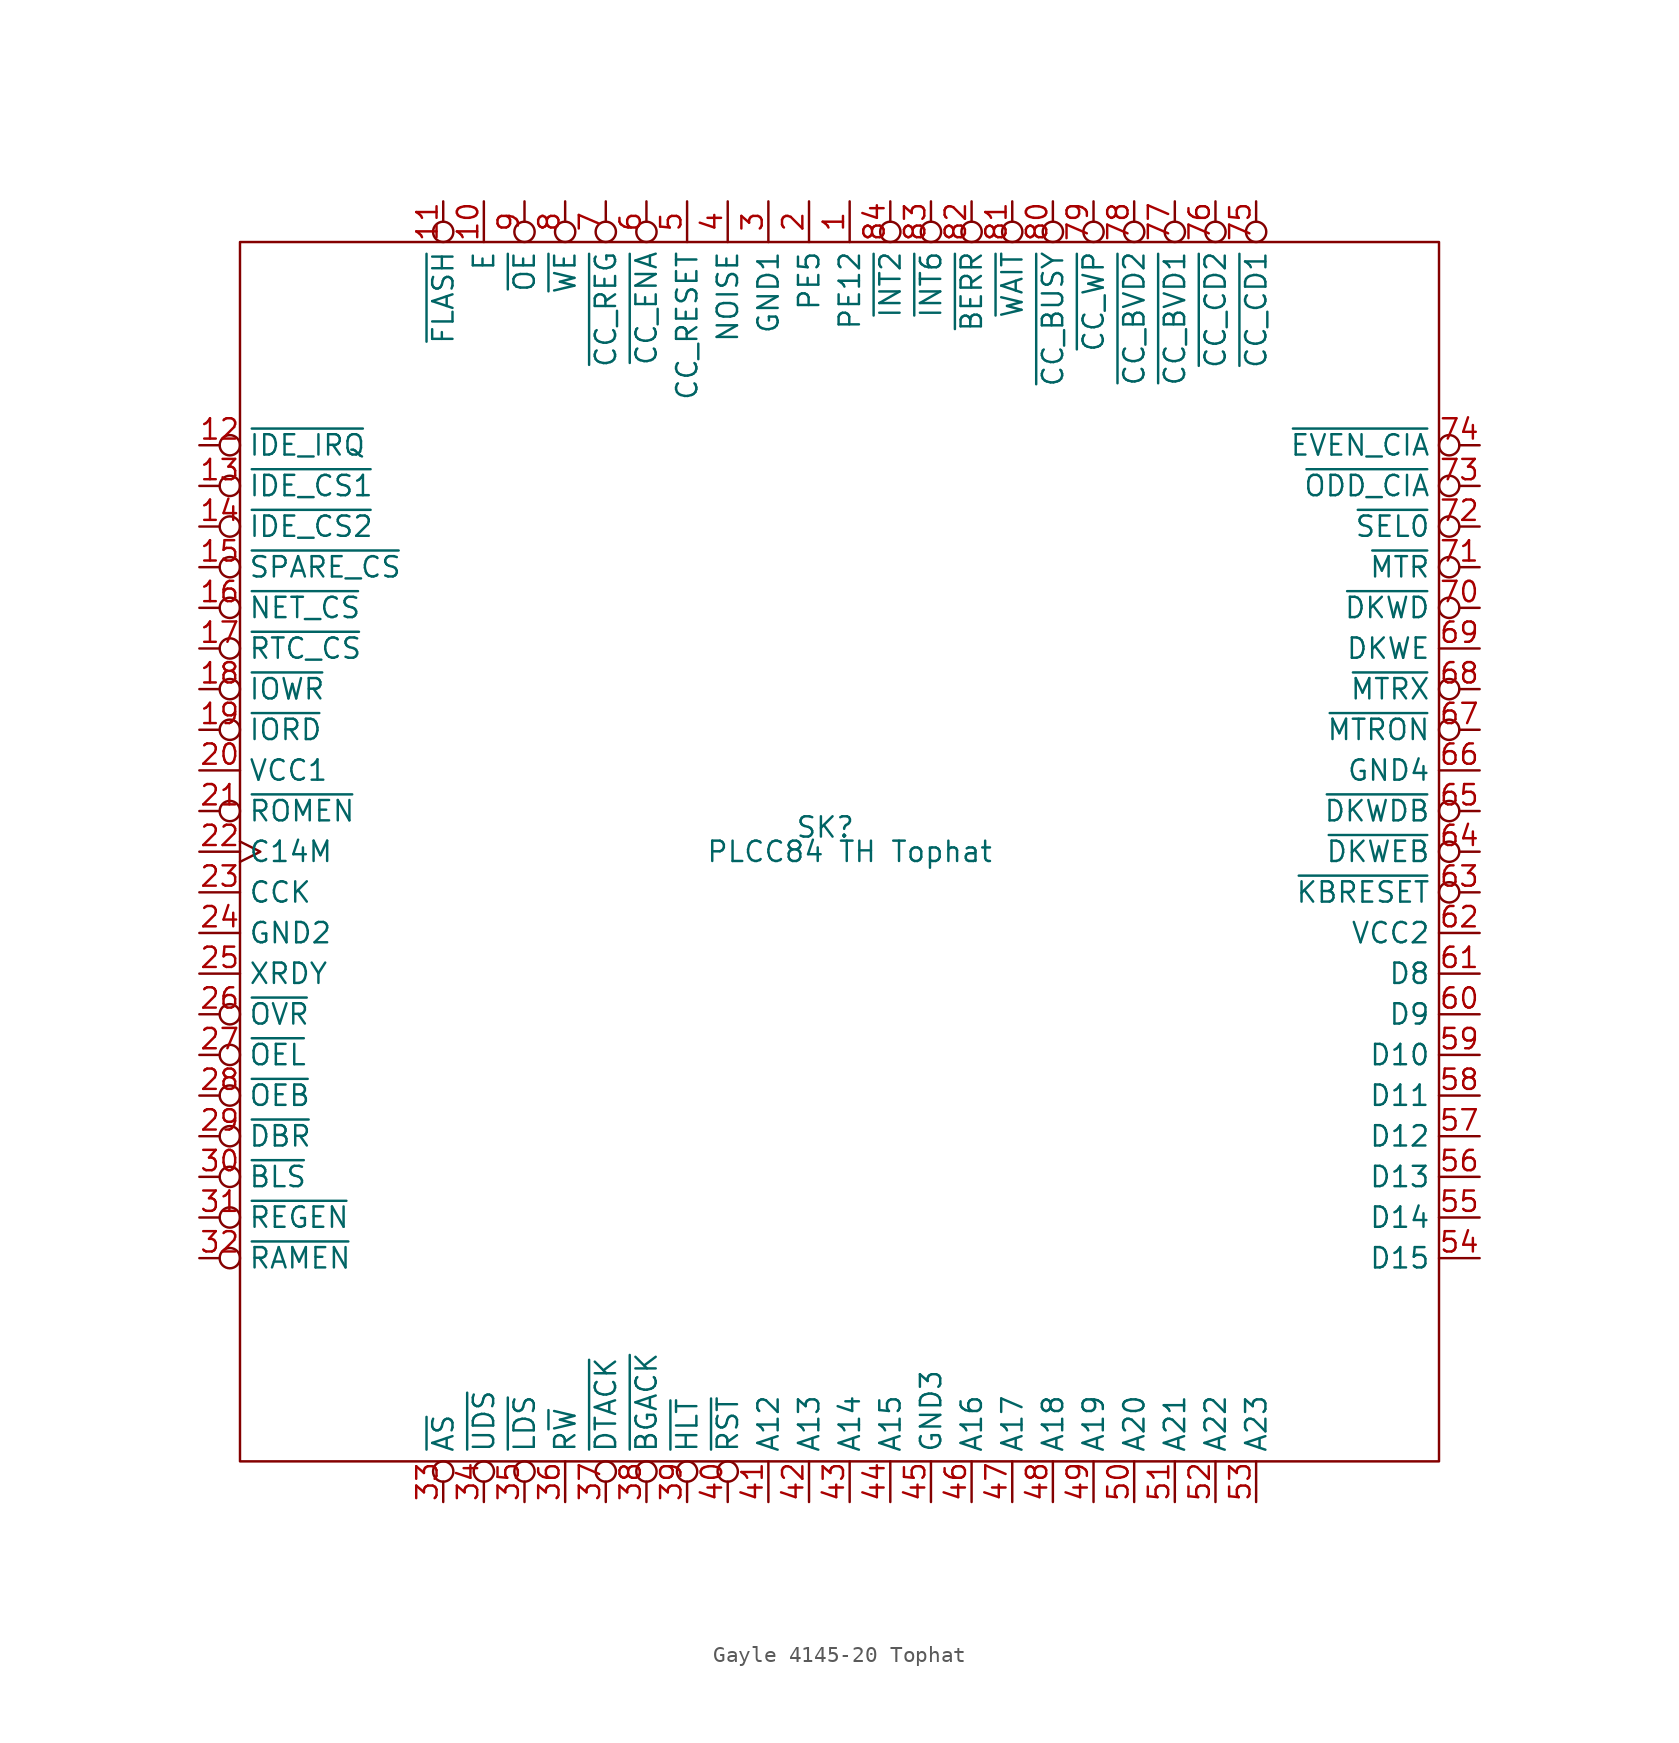
<source format=kicad_sym>
(kicad_symbol_lib
  (version 20241209)
  (generator "kicad_symbol_editor")
  (generator_version "9.0")
  (symbol "Gayle 4145-20 Tophat"
    (property "Reference" "SK"
      (at -1.524 1.524 0)
      (effects (font (size 1.27 1.27))))
    (property "Value" "PLCC84 TH Tophat"
      (at 0 0 0)
      (effects (font (size 1.27 1.27))))
    (symbol "Gayle 4145-20 Tophat_0_1"
      (rectangle (start -38.1 38.1) (end 36.83 -38.1) (stroke (width 0) (type default)) (fill (type none))))
    (symbol "Gayle 4145-20 Tophat_1_1"
      (pin output inverted (at -40.64 25.4 0) (length 2.54) (name "~{IDE_IRQ}" (effects (font (size 1.27 1.27)))) (number "12" (effects (font (size 1.27 1.27)))))
      (pin output inverted (at -40.64 22.86 0) (length 2.54) (name "~{IDE_CS1}" (effects (font (size 1.27 1.27)))) (number "13" (effects (font (size 1.27 1.27)))))
      (pin output inverted (at -40.64 20.32 0) (length 2.54) (name "~{IDE_CS2}" (effects (font (size 1.27 1.27)))) (number "14" (effects (font (size 1.27 1.27)))))
      (pin output inverted (at -40.64 17.78 0) (length 2.54) (name "~{SPARE_CS}" (effects (font (size 1.27 1.27)))) (number "15" (effects (font (size 1.27 1.27)))))
      (pin output inverted (at -40.64 15.24 0) (length 2.54) (name "~{NET_CS}" (effects (font (size 1.27 1.27)))) (number "16" (effects (font (size 1.27 1.27)))))
      (pin output inverted (at -40.64 12.7 0) (length 2.54) (name "~{RTC_CS}" (effects (font (size 1.27 1.27)))) (number "17" (effects (font (size 1.27 1.27)))))
      (pin output inverted (at -40.64 10.16 0) (length 2.54) (name "~{IOWR}" (effects (font (size 1.27 1.27)))) (number "18" (effects (font (size 1.27 1.27)))))
      (pin output inverted (at -40.64 7.62 0) (length 2.54) (name "~{IORD}" (effects (font (size 1.27 1.27)))) (number "19" (effects (font (size 1.27 1.27)))))
      (pin power_out line (at -40.64 5.08 0) (length 2.54) (name "VCC1" (effects (font (size 1.27 1.27)))) (number "20" (effects (font (size 1.27 1.27)))))
      (pin output inverted (at -40.64 2.54 0) (length 2.54) (name "~{ROMEN}" (effects (font (size 1.27 1.27)))) (number "21" (effects (font (size 1.27 1.27)))))
      (pin output clock (at -40.64 0 0) (length 2.54) (name "C14M" (effects (font (size 1.27 1.27)))) (number "22" (effects (font (size 1.27 1.27)))))
      (pin output line (at -40.64 -2.54 0) (length 2.54) (name "CCK" (effects (font (size 1.27 1.27)))) (number "23" (effects (font (size 1.27 1.27)))))
      (pin power_out line (at -40.64 -5.08 0) (length 2.54) (name "GND2" (effects (font (size 1.27 1.27)))) (number "24" (effects (font (size 1.27 1.27)))))
      (pin output line (at -40.64 -7.62 0) (length 2.54) (name "XRDY" (effects (font (size 1.27 1.27)))) (number "25" (effects (font (size 1.27 1.27)))))
      (pin output inverted (at -40.64 -10.16 0) (length 2.54) (name "~{OVR}" (effects (font (size 1.27 1.27)))) (number "26" (effects (font (size 1.27 1.27)))))
      (pin output inverted (at -40.64 -12.7 0) (length 2.54) (name "~{OEL}" (effects (font (size 1.27 1.27)))) (number "27" (effects (font (size 1.27 1.27)))))
      (pin output inverted (at -40.64 -15.24 0) (length 2.54) (name "~{OEB}" (effects (font (size 1.27 1.27)))) (number "28" (effects (font (size 1.27 1.27)))))
      (pin output inverted (at -40.64 -17.78 0) (length 2.54) (name "~{DBR}" (effects (font (size 1.27 1.27)))) (number "29" (effects (font (size 1.27 1.27)))))
      (pin output inverted (at -40.64 -20.32 0) (length 2.54) (name "~{BLS}" (effects (font (size 1.27 1.27)))) (number "30" (effects (font (size 1.27 1.27)))))
      (pin output inverted (at -40.64 -22.86 0) (length 2.54) (name "~{REGEN}" (effects (font (size 1.27 1.27)))) (number "31" (effects (font (size 1.27 1.27)))))
      (pin output inverted (at -40.64 -25.4 0) (length 2.54) (name "~{RAMEN}" (effects (font (size 1.27 1.27)))) (number "32" (effects (font (size 1.27 1.27)))))
      (pin output inverted (at -25.4 40.64 270) (length 2.54) (name "~{FLASH}" (effects (font (size 1.27 1.27)))) (number "11" (effects (font (size 1.27 1.27)))))
      (pin output inverted (at -25.4 -40.64 90) (length 2.54) (name "~{AS}" (effects (font (size 1.27 1.27)))) (number "33" (effects (font (size 1.27 1.27)))))
      (pin output line (at -22.86 40.64 270) (length 2.54) (name "E" (effects (font (size 1.27 1.27)))) (number "10" (effects (font (size 1.27 1.27)))))
      (pin output inverted (at -22.86 -40.64 90) (length 2.54) (name "~{UDS}" (effects (font (size 1.27 1.27)))) (number "34" (effects (font (size 1.27 1.27)))))
      (pin output inverted (at -20.32 40.64 270) (length 2.54) (name "~{OE}" (effects (font (size 1.27 1.27)))) (number "9" (effects (font (size 1.27 1.27)))))
      (pin output inverted (at -20.32 -40.64 90) (length 2.54) (name "~{LDS}" (effects (font (size 1.27 1.27)))) (number "35" (effects (font (size 1.27 1.27)))))
      (pin output inverted (at -17.78 40.64 270) (length 2.54) (name "~{WE}" (effects (font (size 1.27 1.27)))) (number "8" (effects (font (size 1.27 1.27)))))
      (pin output line (at -17.78 -40.64 90) (length 2.54) (name "R~{W}" (effects (font (size 1.27 1.27)))) (number "36" (effects (font (size 1.27 1.27)))))
      (pin output inverted (at -15.24 40.64 270) (length 2.54) (name "~{CC_REG}" (effects (font (size 1.27 1.27)))) (number "7" (effects (font (size 1.27 1.27)))))
      (pin bidirectional inverted (at -15.24 -40.64 90) (length 2.54) (name "~{DTACK}" (effects (font (size 1.27 1.27)))) (number "37" (effects (font (size 1.27 1.27)))))
      (pin output inverted (at -12.7 40.64 270) (length 2.54) (name "~{CC_ENA}" (effects (font (size 1.27 1.27)))) (number "6" (effects (font (size 1.27 1.27)))))
      (pin output inverted (at -12.7 -40.64 90) (length 2.54) (name "~{BGACK}" (effects (font (size 1.27 1.27)))) (number "38" (effects (font (size 1.27 1.27)))))
      (pin output line (at -10.16 40.64 270) (length 2.54) (name "CC_RESET" (effects (font (size 1.27 1.27)))) (number "5" (effects (font (size 1.27 1.27)))))
      (pin output inverted (at -10.16 -40.64 90) (length 2.54) (name "~{HLT}" (effects (font (size 1.27 1.27)))) (number "39" (effects (font (size 1.27 1.27)))))
      (pin output line (at -7.62 40.64 270) (length 2.54) (name "NOISE" (effects (font (size 1.27 1.27)))) (number "4" (effects (font (size 1.27 1.27)))))
      (pin output inverted (at -7.62 -40.64 90) (length 2.54) (name "~{RST}" (effects (font (size 1.27 1.27)))) (number "40" (effects (font (size 1.27 1.27)))))
      (pin power_out line (at -5.08 40.64 270) (length 2.54) (name "GND1" (effects (font (size 1.27 1.27)))) (number "3" (effects (font (size 1.27 1.27)))))
      (pin output line (at -5.08 -40.64 90) (length 2.54) (name "A12" (effects (font (size 1.27 1.27)))) (number "41" (effects (font (size 1.27 1.27)))))
      (pin output line (at -2.54 40.64 270) (length 2.54) (name "PE5" (effects (font (size 1.27 1.27)))) (number "2" (effects (font (size 1.27 1.27)))))
      (pin output line (at -2.54 -40.64 90) (length 2.54) (name "A13" (effects (font (size 1.27 1.27)))) (number "42" (effects (font (size 1.27 1.27)))))
      (pin output line (at 0 40.64 270) (length 2.54) (name "PE12" (effects (font (size 1.27 1.27)))) (number "1" (effects (font (size 1.27 1.27)))))
      (pin output line (at 0 -40.64 90) (length 2.54) (name "A14" (effects (font (size 1.27 1.27)))) (number "43" (effects (font (size 1.27 1.27)))))
      (pin output inverted (at 2.54 40.64 270) (length 2.54) (name "~{INT2}" (effects (font (size 1.27 1.27)))) (number "84" (effects (font (size 1.27 1.27)))))
      (pin output line (at 2.54 -40.64 90) (length 2.54) (name "A15" (effects (font (size 1.27 1.27)))) (number "44" (effects (font (size 1.27 1.27)))))
      (pin output inverted (at 5.08 40.64 270) (length 2.54) (name "~{INT6}" (effects (font (size 1.27 1.27)))) (number "83" (effects (font (size 1.27 1.27)))))
      (pin power_out line (at 5.08 -40.64 90) (length 2.54) (name "GND3" (effects (font (size 1.27 1.27)))) (number "45" (effects (font (size 1.27 1.27)))))
      (pin output inverted (at 7.62 40.64 270) (length 2.54) (name "~{BERR}" (effects (font (size 1.27 1.27)))) (number "82" (effects (font (size 1.27 1.27)))))
      (pin output line (at 7.62 -40.64 90) (length 2.54) (name "A16" (effects (font (size 1.27 1.27)))) (number "46" (effects (font (size 1.27 1.27)))))
      (pin output inverted (at 10.16 40.64 270) (length 2.54) (name "~{WAIT}" (effects (font (size 1.27 1.27)))) (number "81" (effects (font (size 1.27 1.27)))))
      (pin output line (at 10.16 -40.64 90) (length 2.54) (name "A17" (effects (font (size 1.27 1.27)))) (number "47" (effects (font (size 1.27 1.27)))))
      (pin output inverted (at 12.7 40.64 270) (length 2.54) (name "~{CC_BUSY}" (effects (font (size 1.27 1.27)))) (number "80" (effects (font (size 1.27 1.27)))))
      (pin output line (at 12.7 -40.64 90) (length 2.54) (name "A18" (effects (font (size 1.27 1.27)))) (number "48" (effects (font (size 1.27 1.27)))))
      (pin output inverted (at 15.24 40.64 270) (length 2.54) (name "~{CC_WP}" (effects (font (size 1.27 1.27)))) (number "79" (effects (font (size 1.27 1.27)))))
      (pin output line (at 15.24 -40.64 90) (length 2.54) (name "A19" (effects (font (size 1.27 1.27)))) (number "49" (effects (font (size 1.27 1.27)))))
      (pin output inverted (at 17.78 40.64 270) (length 2.54) (name "~{CC_BVD2}" (effects (font (size 1.27 1.27)))) (number "78" (effects (font (size 1.27 1.27)))))
      (pin output line (at 17.78 -40.64 90) (length 2.54) (name "A20" (effects (font (size 1.27 1.27)))) (number "50" (effects (font (size 1.27 1.27)))))
      (pin output inverted (at 20.32 40.64 270) (length 2.54) (name "~{CC_BVD1}" (effects (font (size 1.27 1.27)))) (number "77" (effects (font (size 1.27 1.27)))))
      (pin output line (at 20.32 -40.64 90) (length 2.54) (name "A21" (effects (font (size 1.27 1.27)))) (number "51" (effects (font (size 1.27 1.27)))))
      (pin output inverted (at 22.86 40.64 270) (length 2.54) (name "~{CC_CD2}" (effects (font (size 1.27 1.27)))) (number "76" (effects (font (size 1.27 1.27)))))
      (pin output line (at 22.86 -40.64 90) (length 2.54) (name "A22" (effects (font (size 1.27 1.27)))) (number "52" (effects (font (size 1.27 1.27)))))
      (pin output inverted (at 25.4 40.64 270) (length 2.54) (name "~{CC_CD1}" (effects (font (size 1.27 1.27)))) (number "75" (effects (font (size 1.27 1.27)))))
      (pin output line (at 25.4 -40.64 90) (length 2.54) (name "A23" (effects (font (size 1.27 1.27)))) (number "53" (effects (font (size 1.27 1.27)))))
      (pin output inverted (at 39.37 25.4 180) (length 2.54) (name "~{EVEN_CIA}" (effects (font (size 1.27 1.27)))) (number "74" (effects (font (size 1.27 1.27)))))
      (pin output inverted (at 39.37 22.86 180) (length 2.54) (name "~{ODD_CIA}" (effects (font (size 1.27 1.27)))) (number "73" (effects (font (size 1.27 1.27)))))
      (pin output inverted (at 39.37 20.32 180) (length 2.54) (name "~{SEL0}" (effects (font (size 1.27 1.27)))) (number "72" (effects (font (size 1.27 1.27)))))
      (pin output inverted (at 39.37 17.78 180) (length 2.54) (name "~{MTR}" (effects (font (size 1.27 1.27)))) (number "71" (effects (font (size 1.27 1.27)))))
      (pin output inverted (at 39.37 15.24 180) (length 2.54) (name "~{DKWD}" (effects (font (size 1.27 1.27)))) (number "70" (effects (font (size 1.27 1.27)))))
      (pin output line (at 39.37 12.7 180) (length 2.54) (name "DKWE" (effects (font (size 1.27 1.27)))) (number "69" (effects (font (size 1.27 1.27)))))
      (pin output inverted (at 39.37 10.16 180) (length 2.54) (name "~{MTRX}" (effects (font (size 1.27 1.27)))) (number "68" (effects (font (size 1.27 1.27)))))
      (pin output inverted (at 39.37 7.62 180) (length 2.54) (name "~{MTRON}" (effects (font (size 1.27 1.27)))) (number "67" (effects (font (size 1.27 1.27)))))
      (pin power_out line (at 39.37 5.08 180) (length 2.54) (name "GND4" (effects (font (size 1.27 1.27)))) (number "66" (effects (font (size 1.27 1.27)))))
      (pin output inverted (at 39.37 2.54 180) (length 2.54) (name "~{DKWDB}" (effects (font (size 1.27 1.27)))) (number "65" (effects (font (size 1.27 1.27)))))
      (pin output inverted (at 39.37 0 180) (length 2.54) (name "~{DKWEB}" (effects (font (size 1.27 1.27)))) (number "64" (effects (font (size 1.27 1.27)))))
      (pin output inverted (at 39.37 -2.54 180) (length 2.54) (name "~{KBRESET}" (effects (font (size 1.27 1.27)))) (number "63" (effects (font (size 1.27 1.27)))))
      (pin output line (at 39.37 -5.08 180) (length 2.54) (name "VCC2" (effects (font (size 1.27 1.27)))) (number "62" (effects (font (size 1.27 1.27)))))
      (pin bidirectional line (at 39.37 -7.62 180) (length 2.54) (name "D8" (effects (font (size 1.27 1.27)))) (number "61" (effects (font (size 1.27 1.27)))))
      (pin bidirectional line (at 39.37 -10.16 180) (length 2.54) (name "D9" (effects (font (size 1.27 1.27)))) (number "60" (effects (font (size 1.27 1.27)))))
      (pin bidirectional line (at 39.37 -12.7 180) (length 2.54) (name "D10" (effects (font (size 1.27 1.27)))) (number "59" (effects (font (size 1.27 1.27)))))
      (pin bidirectional line (at 39.37 -15.24 180) (length 2.54) (name "D11" (effects (font (size 1.27 1.27)))) (number "58" (effects (font (size 1.27 1.27)))))
      (pin bidirectional line (at 39.37 -17.78 180) (length 2.54) (name "D12" (effects (font (size 1.27 1.27)))) (number "57" (effects (font (size 1.27 1.27)))))
      (pin bidirectional line (at 39.37 -20.32 180) (length 2.54) (name "D13" (effects (font (size 1.27 1.27)))) (number "56" (effects (font (size 1.27 1.27)))))
      (pin bidirectional line (at 39.37 -22.86 180) (length 2.54) (name "D14" (effects (font (size 1.27 1.27)))) (number "55" (effects (font (size 1.27 1.27)))))
      (pin bidirectional line (at 39.37 -25.4 180) (length 2.54) (name "D15" (effects (font (size 1.27 1.27)))) (number "54" (effects (font (size 1.27 1.27))))))))
</source>
